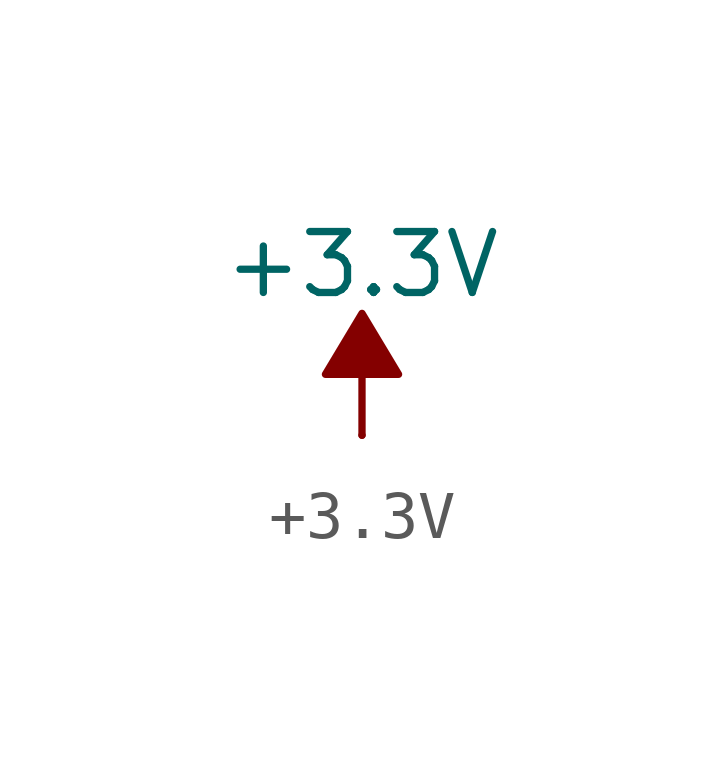
<source format=kicad_sym>
(kicad_symbol_lib
  (version 20241209)
  (generator "kicad_symbol_editor")
  (generator_version "9.0")
  (symbol "+3.3V"
    (power)
    (pin_numbers
      (hide yes))
    (pin_names
      (offset 0)
      (hide yes))
    (property "Reference" "#PWR"
      (at 0 -3.81 0)
      (effects (font (size 1.27 1.27)) (hide yes)))
    (property "Value" "+3.3V"
      (at 0 3.556 0)
      (effects (font (size 1.27 1.27))))
    (symbol "+3.3V_0_0"
      (pin power_in line (at 0 0 90) (length 0) (name "~" (effects (font (size 1.27 1.27)))) (number "1" (effects (font (size 1.27 1.27))))))
    (symbol "+3.3V_0_1"
      (polyline (pts (xy 0 0) (xy 0 1.27) (xy 0.762 1.27) (xy 0 2.54) (xy -0.762 1.27) (xy 0 1.27)) (stroke (width 0) (type default)) (fill (type outline))))))
</source>
